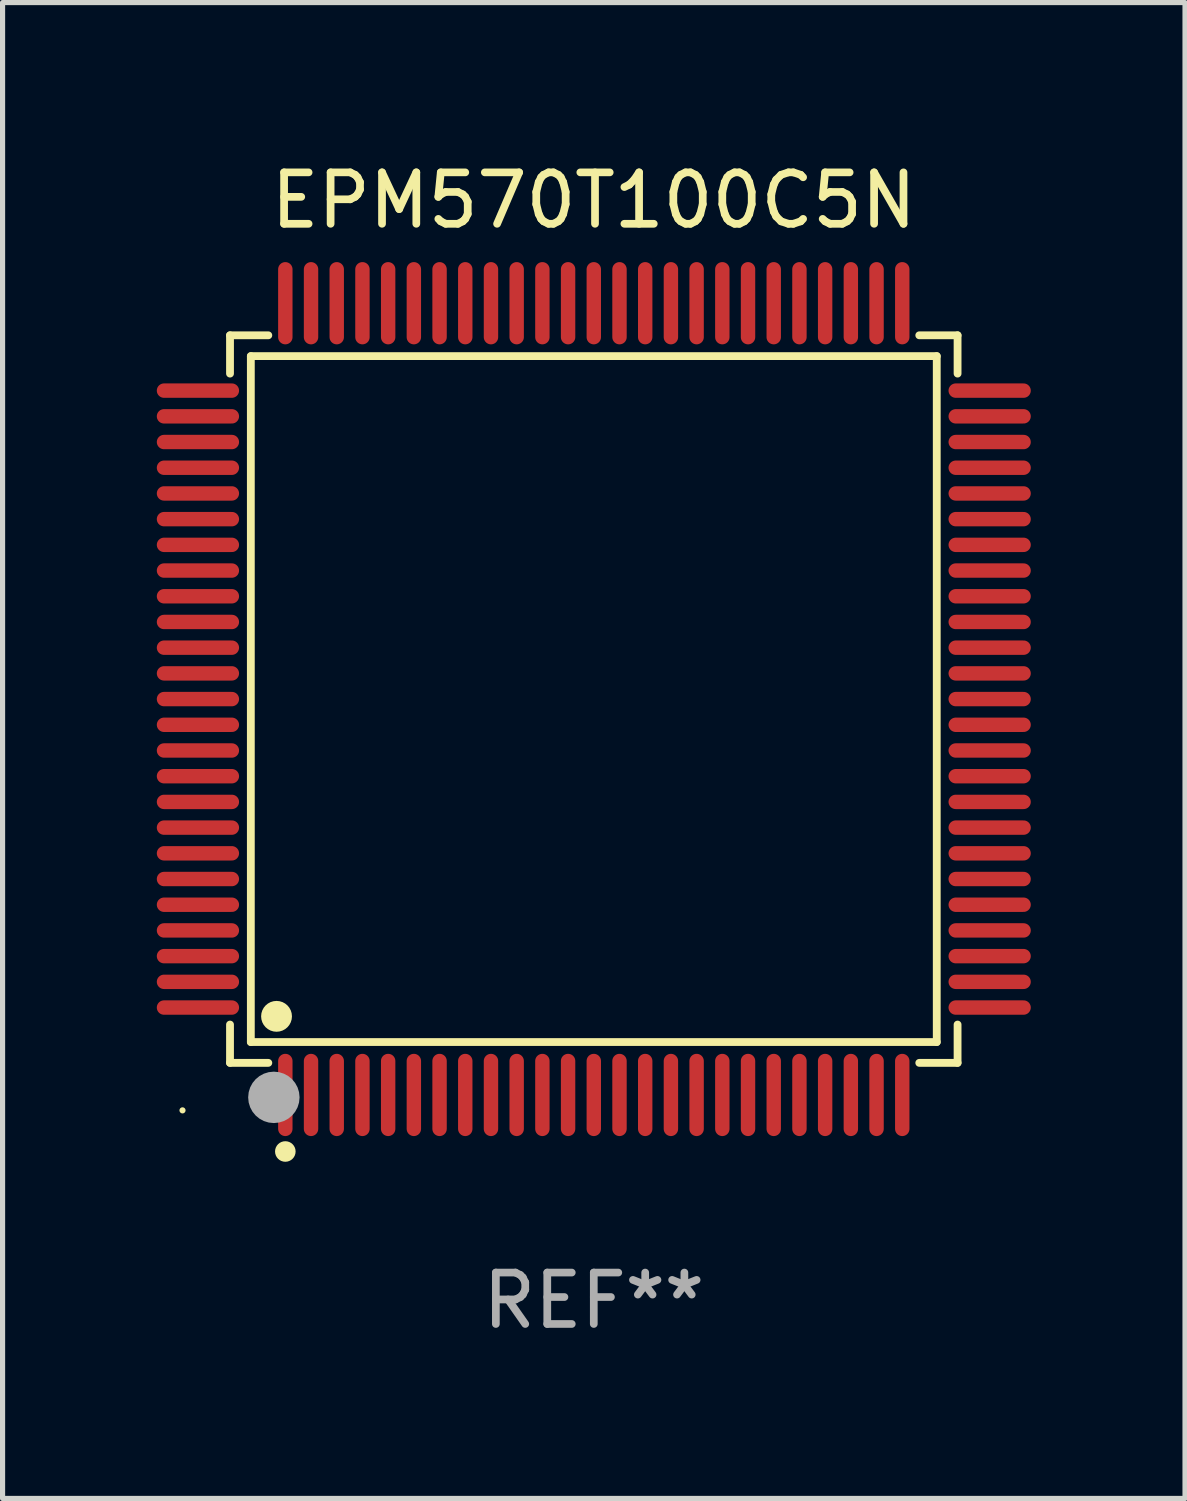
<source format=kicad_pcb>
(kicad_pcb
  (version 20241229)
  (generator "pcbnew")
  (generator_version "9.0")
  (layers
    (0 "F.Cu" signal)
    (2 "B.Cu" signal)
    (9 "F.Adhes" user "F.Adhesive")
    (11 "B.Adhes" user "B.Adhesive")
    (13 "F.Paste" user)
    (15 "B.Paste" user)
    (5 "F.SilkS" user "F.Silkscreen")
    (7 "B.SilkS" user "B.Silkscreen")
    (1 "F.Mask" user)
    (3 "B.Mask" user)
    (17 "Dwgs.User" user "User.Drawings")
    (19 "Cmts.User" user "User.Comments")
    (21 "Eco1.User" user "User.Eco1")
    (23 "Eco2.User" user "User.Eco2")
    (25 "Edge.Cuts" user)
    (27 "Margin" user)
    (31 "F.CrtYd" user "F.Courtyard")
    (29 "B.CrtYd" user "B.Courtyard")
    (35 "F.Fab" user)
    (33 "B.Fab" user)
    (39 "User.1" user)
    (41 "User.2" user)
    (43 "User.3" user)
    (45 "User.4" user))
  (footprint "EPM570T100C5N"
    (layer "F.Cu")
    (at 8.5 10.548)
    (property "Reference" "EPM570T100C5N" (at 0 -9.7 0) (layer "F.SilkS") (effects (font (size 1 1) (thickness 0.15))))
    (attr through_hole)
    (fp_line (start -7.076 -7.076) (end -6.331 -7.076) (stroke (width 0.152) (type solid)) (layer "F.SilkS"))
    (fp_line (start -7.076 -6.331) (end -7.076 -7.076) (stroke (width 0.152) (type solid)) (layer "F.SilkS"))
    (fp_line (start -7.076 6.331) (end -7.076 7.076) (stroke (width 0.152) (type solid)) (layer "F.SilkS"))
    (fp_line (start -7.076 7.076) (end -6.331 7.076) (stroke (width 0.152) (type solid)) (layer "F.SilkS"))
    (fp_line (start -6.671 -6.671) (end 6.671 -6.671) (stroke (width 0.152) (type solid)) (layer "F.SilkS"))
    (fp_line (start -6.671 6.671) (end -6.671 -6.671) (stroke (width 0.152) (type solid)) (layer "F.SilkS"))
    (fp_line (start 6.671 -6.671) (end 6.671 6.671) (stroke (width 0.152) (type solid)) (layer "F.SilkS"))
    (fp_line (start 6.671 6.671) (end -6.671 6.671) (stroke (width 0.152) (type solid)) (layer "F.SilkS"))
    (fp_line (start 7.076 -7.076) (end 6.331 -7.076) (stroke (width 0.152) (type solid)) (layer "F.SilkS"))
    (fp_line (start 7.076 -6.331) (end 7.076 -7.076) (stroke (width 0.152) (type solid)) (layer "F.SilkS"))
    (fp_line (start 7.076 6.331) (end 7.076 7.076) (stroke (width 0.152) (type solid)) (layer "F.SilkS"))
    (fp_line (start 7.076 7.076) (end 6.331 7.076) (stroke (width 0.152) (type solid)) (layer "F.SilkS"))
    (fp_circle (center -8 8) (end -7.97 8) (stroke (width 0.06) (type solid)) (fill no) (layer "F.SilkS"))
    (fp_circle (center -6.171 6.171) (end -6.021 6.171) (stroke (width 0.3) (type solid)) (fill no) (layer "F.SilkS"))
    (fp_circle (center -6 8.8) (end -5.9 8.8) (stroke (width 0.2) (type solid)) (fill no) (layer "F.SilkS"))
    (fp_circle (center -6.223 7.747) (end -5.973 7.747) (stroke (width 0.5) (type solid)) (fill no) (layer "F.Fab"))
    (fp_text user "REF**" (at 0 11.7 0) (layer "F.Fab") (effects (font (size 1 1) (thickness 0.15))))
    (pad "1" smd oval (at -6 7.7) (size 0.28 1.6) (layers "F.Cu" "F.Mask" "F.Paste"))
    (pad "2" smd oval (at -5.5 7.7) (size 0.28 1.6) (layers "F.Cu" "F.Mask" "F.Paste"))
    (pad "3" smd oval (at -5 7.7) (size 0.28 1.6) (layers "F.Cu" "F.Mask" "F.Paste"))
    (pad "4" smd oval (at -4.5 7.7) (size 0.28 1.6) (layers "F.Cu" "F.Mask" "F.Paste"))
    (pad "5" smd oval (at -4 7.7) (size 0.28 1.6) (layers "F.Cu" "F.Mask" "F.Paste"))
    (pad "6" smd oval (at -3.5 7.7) (size 0.28 1.6) (layers "F.Cu" "F.Mask" "F.Paste"))
    (pad "7" smd oval (at -3 7.7) (size 0.28 1.6) (layers "F.Cu" "F.Mask" "F.Paste"))
    (pad "8" smd oval (at -2.5 7.7) (size 0.28 1.6) (layers "F.Cu" "F.Mask" "F.Paste"))
    (pad "9" smd oval (at -2 7.7) (size 0.28 1.6) (layers "F.Cu" "F.Mask" "F.Paste"))
    (pad "10" smd oval (at -1.5 7.7) (size 0.28 1.6) (layers "F.Cu" "F.Mask" "F.Paste"))
    (pad "11" smd oval (at -1 7.7) (size 0.28 1.6) (layers "F.Cu" "F.Mask" "F.Paste"))
    (pad "12" smd oval (at -0.5 7.7) (size 0.28 1.6) (layers "F.Cu" "F.Mask" "F.Paste"))
    (pad "13" smd oval (at 0 7.7) (size 0.28 1.6) (layers "F.Cu" "F.Mask" "F.Paste"))
    (pad "14" smd oval (at 0.5 7.7) (size 0.28 1.6) (layers "F.Cu" "F.Mask" "F.Paste"))
    (pad "15" smd oval (at 1 7.7) (size 0.28 1.6) (layers "F.Cu" "F.Mask" "F.Paste"))
    (pad "16" smd oval (at 1.5 7.7) (size 0.28 1.6) (layers "F.Cu" "F.Mask" "F.Paste"))
    (pad "17" smd oval (at 2 7.7) (size 0.28 1.6) (layers "F.Cu" "F.Mask" "F.Paste"))
    (pad "18" smd oval (at 2.5 7.7) (size 0.28 1.6) (layers "F.Cu" "F.Mask" "F.Paste"))
    (pad "19" smd oval (at 3 7.7) (size 0.28 1.6) (layers "F.Cu" "F.Mask" "F.Paste"))
    (pad "20" smd oval (at 3.5 7.7) (size 0.28 1.6) (layers "F.Cu" "F.Mask" "F.Paste"))
    (pad "21" smd oval (at 4 7.7) (size 0.28 1.6) (layers "F.Cu" "F.Mask" "F.Paste"))
    (pad "22" smd oval (at 4.5 7.7) (size 0.28 1.6) (layers "F.Cu" "F.Mask" "F.Paste"))
    (pad "23" smd oval (at 5 7.7) (size 0.28 1.6) (layers "F.Cu" "F.Mask" "F.Paste"))
    (pad "24" smd oval (at 5.5 7.7) (size 0.28 1.6) (layers "F.Cu" "F.Mask" "F.Paste"))
    (pad "25" smd oval (at 6 7.7) (size 0.28 1.6) (layers "F.Cu" "F.Mask" "F.Paste"))
    (pad "26" smd oval (at 7.7 6) (size 1.6 0.28) (layers "F.Cu" "F.Mask" "F.Paste"))
    (pad "27" smd oval (at 7.7 5.5) (size 1.6 0.28) (layers "F.Cu" "F.Mask" "F.Paste"))
    (pad "28" smd oval (at 7.7 5) (size 1.6 0.28) (layers "F.Cu" "F.Mask" "F.Paste"))
    (pad "29" smd oval (at 7.7 4.5) (size 1.6 0.28) (layers "F.Cu" "F.Mask" "F.Paste"))
    (pad "30" smd oval (at 7.7 4) (size 1.6 0.28) (layers "F.Cu" "F.Mask" "F.Paste"))
    (pad "31" smd oval (at 7.7 3.5) (size 1.6 0.28) (layers "F.Cu" "F.Mask" "F.Paste"))
    (pad "32" smd oval (at 7.7 3) (size 1.6 0.28) (layers "F.Cu" "F.Mask" "F.Paste"))
    (pad "33" smd oval (at 7.7 2.5) (size 1.6 0.28) (layers "F.Cu" "F.Mask" "F.Paste"))
    (pad "34" smd oval (at 7.7 2) (size 1.6 0.28) (layers "F.Cu" "F.Mask" "F.Paste"))
    (pad "35" smd oval (at 7.7 1.5) (size 1.6 0.28) (layers "F.Cu" "F.Mask" "F.Paste"))
    (pad "36" smd oval (at 7.7 1) (size 1.6 0.28) (layers "F.Cu" "F.Mask" "F.Paste"))
    (pad "37" smd oval (at 7.7 0.5) (size 1.6 0.28) (layers "F.Cu" "F.Mask" "F.Paste"))
    (pad "38" smd oval (at 7.7 0) (size 1.6 0.28) (layers "F.Cu" "F.Mask" "F.Paste"))
    (pad "39" smd oval (at 7.7 -0.5) (size 1.6 0.28) (layers "F.Cu" "F.Mask" "F.Paste"))
    (pad "40" smd oval (at 7.7 -1) (size 1.6 0.28) (layers "F.Cu" "F.Mask" "F.Paste"))
    (pad "41" smd oval (at 7.7 -1.5) (size 1.6 0.28) (layers "F.Cu" "F.Mask" "F.Paste"))
    (pad "42" smd oval (at 7.7 -2) (size 1.6 0.28) (layers "F.Cu" "F.Mask" "F.Paste"))
    (pad "43" smd oval (at 7.7 -2.5) (size 1.6 0.28) (layers "F.Cu" "F.Mask" "F.Paste"))
    (pad "44" smd oval (at 7.7 -3) (size 1.6 0.28) (layers "F.Cu" "F.Mask" "F.Paste"))
    (pad "45" smd oval (at 7.7 -3.5) (size 1.6 0.28) (layers "F.Cu" "F.Mask" "F.Paste"))
    (pad "46" smd oval (at 7.7 -4) (size 1.6 0.28) (layers "F.Cu" "F.Mask" "F.Paste"))
    (pad "47" smd oval (at 7.7 -4.5) (size 1.6 0.28) (layers "F.Cu" "F.Mask" "F.Paste"))
    (pad "48" smd oval (at 7.7 -5) (size 1.6 0.28) (layers "F.Cu" "F.Mask" "F.Paste"))
    (pad "49" smd oval (at 7.7 -5.5) (size 1.6 0.28) (layers "F.Cu" "F.Mask" "F.Paste"))
    (pad "50" smd oval (at 7.7 -6) (size 1.6 0.28) (layers "F.Cu" "F.Mask" "F.Paste"))
    (pad "51" smd oval (at 6 -7.7) (size 0.28 1.6) (layers "F.Cu" "F.Mask" "F.Paste"))
    (pad "52" smd oval (at 5.5 -7.7) (size 0.28 1.6) (layers "F.Cu" "F.Mask" "F.Paste"))
    (pad "53" smd oval (at 5 -7.7) (size 0.28 1.6) (layers "F.Cu" "F.Mask" "F.Paste"))
    (pad "54" smd oval (at 4.5 -7.7) (size 0.28 1.6) (layers "F.Cu" "F.Mask" "F.Paste"))
    (pad "55" smd oval (at 4 -7.7) (size 0.28 1.6) (layers "F.Cu" "F.Mask" "F.Paste"))
    (pad "56" smd oval (at 3.5 -7.7) (size 0.28 1.6) (layers "F.Cu" "F.Mask" "F.Paste"))
    (pad "57" smd oval (at 3 -7.7) (size 0.28 1.6) (layers "F.Cu" "F.Mask" "F.Paste"))
    (pad "58" smd oval (at 2.5 -7.7) (size 0.28 1.6) (layers "F.Cu" "F.Mask" "F.Paste"))
    (pad "59" smd oval (at 2 -7.7) (size 0.28 1.6) (layers "F.Cu" "F.Mask" "F.Paste"))
    (pad "60" smd oval (at 1.5 -7.7) (size 0.28 1.6) (layers "F.Cu" "F.Mask" "F.Paste"))
    (pad "61" smd oval (at 1 -7.7) (size 0.28 1.6) (layers "F.Cu" "F.Mask" "F.Paste"))
    (pad "62" smd oval (at 0.5 -7.7) (size 0.28 1.6) (layers "F.Cu" "F.Mask" "F.Paste"))
    (pad "63" smd oval (at 0 -7.7) (size 0.28 1.6) (layers "F.Cu" "F.Mask" "F.Paste"))
    (pad "64" smd oval (at -0.5 -7.7) (size 0.28 1.6) (layers "F.Cu" "F.Mask" "F.Paste"))
    (pad "65" smd oval (at -1 -7.7) (size 0.28 1.6) (layers "F.Cu" "F.Mask" "F.Paste"))
    (pad "66" smd oval (at -1.5 -7.7) (size 0.28 1.6) (layers "F.Cu" "F.Mask" "F.Paste"))
    (pad "67" smd oval (at -2 -7.7) (size 0.28 1.6) (layers "F.Cu" "F.Mask" "F.Paste"))
    (pad "68" smd oval (at -2.5 -7.7) (size 0.28 1.6) (layers "F.Cu" "F.Mask" "F.Paste"))
    (pad "69" smd oval (at -3 -7.7) (size 0.28 1.6) (layers "F.Cu" "F.Mask" "F.Paste"))
    (pad "70" smd oval (at -3.5 -7.7) (size 0.28 1.6) (layers "F.Cu" "F.Mask" "F.Paste"))
    (pad "71" smd oval (at -4 -7.7) (size 0.28 1.6) (layers "F.Cu" "F.Mask" "F.Paste"))
    (pad "72" smd oval (at -4.5 -7.7) (size 0.28 1.6) (layers "F.Cu" "F.Mask" "F.Paste"))
    (pad "73" smd oval (at -5 -7.7) (size 0.28 1.6) (layers "F.Cu" "F.Mask" "F.Paste"))
    (pad "74" smd oval (at -5.5 -7.7) (size 0.28 1.6) (layers "F.Cu" "F.Mask" "F.Paste"))
    (pad "75" smd oval (at -6 -7.7) (size 0.28 1.6) (layers "F.Cu" "F.Mask" "F.Paste"))
    (pad "76" smd oval (at -7.7 -6) (size 1.6 0.28) (layers "F.Cu" "F.Mask" "F.Paste"))
    (pad "77" smd oval (at -7.7 -5.5) (size 1.6 0.28) (layers "F.Cu" "F.Mask" "F.Paste"))
    (pad "78" smd oval (at -7.7 -5) (size 1.6 0.28) (layers "F.Cu" "F.Mask" "F.Paste"))
    (pad "79" smd oval (at -7.7 -4.5) (size 1.6 0.28) (layers "F.Cu" "F.Mask" "F.Paste"))
    (pad "80" smd oval (at -7.7 -4) (size 1.6 0.28) (layers "F.Cu" "F.Mask" "F.Paste"))
    (pad "81" smd oval (at -7.7 -3.5) (size 1.6 0.28) (layers "F.Cu" "F.Mask" "F.Paste"))
    (pad "82" smd oval (at -7.7 -3) (size 1.6 0.28) (layers "F.Cu" "F.Mask" "F.Paste"))
    (pad "83" smd oval (at -7.7 -2.5) (size 1.6 0.28) (layers "F.Cu" "F.Mask" "F.Paste"))
    (pad "84" smd oval (at -7.7 -2) (size 1.6 0.28) (layers "F.Cu" "F.Mask" "F.Paste"))
    (pad "85" smd oval (at -7.7 -1.5) (size 1.6 0.28) (layers "F.Cu" "F.Mask" "F.Paste"))
    (pad "86" smd oval (at -7.7 -1) (size 1.6 0.28) (layers "F.Cu" "F.Mask" "F.Paste"))
    (pad "87" smd oval (at -7.7 -0.5) (size 1.6 0.28) (layers "F.Cu" "F.Mask" "F.Paste"))
    (pad "88" smd oval (at -7.7 0) (size 1.6 0.28) (layers "F.Cu" "F.Mask" "F.Paste"))
    (pad "89" smd oval (at -7.7 0.5) (size 1.6 0.28) (layers "F.Cu" "F.Mask" "F.Paste"))
    (pad "90" smd oval (at -7.7 1) (size 1.6 0.28) (layers "F.Cu" "F.Mask" "F.Paste"))
    (pad "91" smd oval (at -7.7 1.5) (size 1.6 0.28) (layers "F.Cu" "F.Mask" "F.Paste"))
    (pad "92" smd oval (at -7.7 2) (size 1.6 0.28) (layers "F.Cu" "F.Mask" "F.Paste"))
    (pad "93" smd oval (at -7.7 2.5) (size 1.6 0.28) (layers "F.Cu" "F.Mask" "F.Paste"))
    (pad "94" smd oval (at -7.7 3) (size 1.6 0.28) (layers "F.Cu" "F.Mask" "F.Paste"))
    (pad "95" smd oval (at -7.7 3.5) (size 1.6 0.28) (layers "F.Cu" "F.Mask" "F.Paste"))
    (pad "96" smd oval (at -7.7 4) (size 1.6 0.28) (layers "F.Cu" "F.Mask" "F.Paste"))
    (pad "97" smd oval (at -7.7 4.5) (size 1.6 0.28) (layers "F.Cu" "F.Mask" "F.Paste"))
    (pad "98" smd oval (at -7.7 5) (size 1.6 0.28) (layers "F.Cu" "F.Mask" "F.Paste"))
    (pad "99" smd oval (at -7.7 5.5) (size 1.6 0.28) (layers "F.Cu" "F.Mask" "F.Paste"))
    (pad "100" smd oval (at -7.7 6) (size 1.6 0.28) (layers "F.Cu" "F.Mask" "F.Paste")))
  (gr_rect
    (start -3 -3)
    (end 20 26.097)
    (stroke (width 0.1) (type default))
    (fill no)
    (layer "Edge.Cuts")))
</source>
